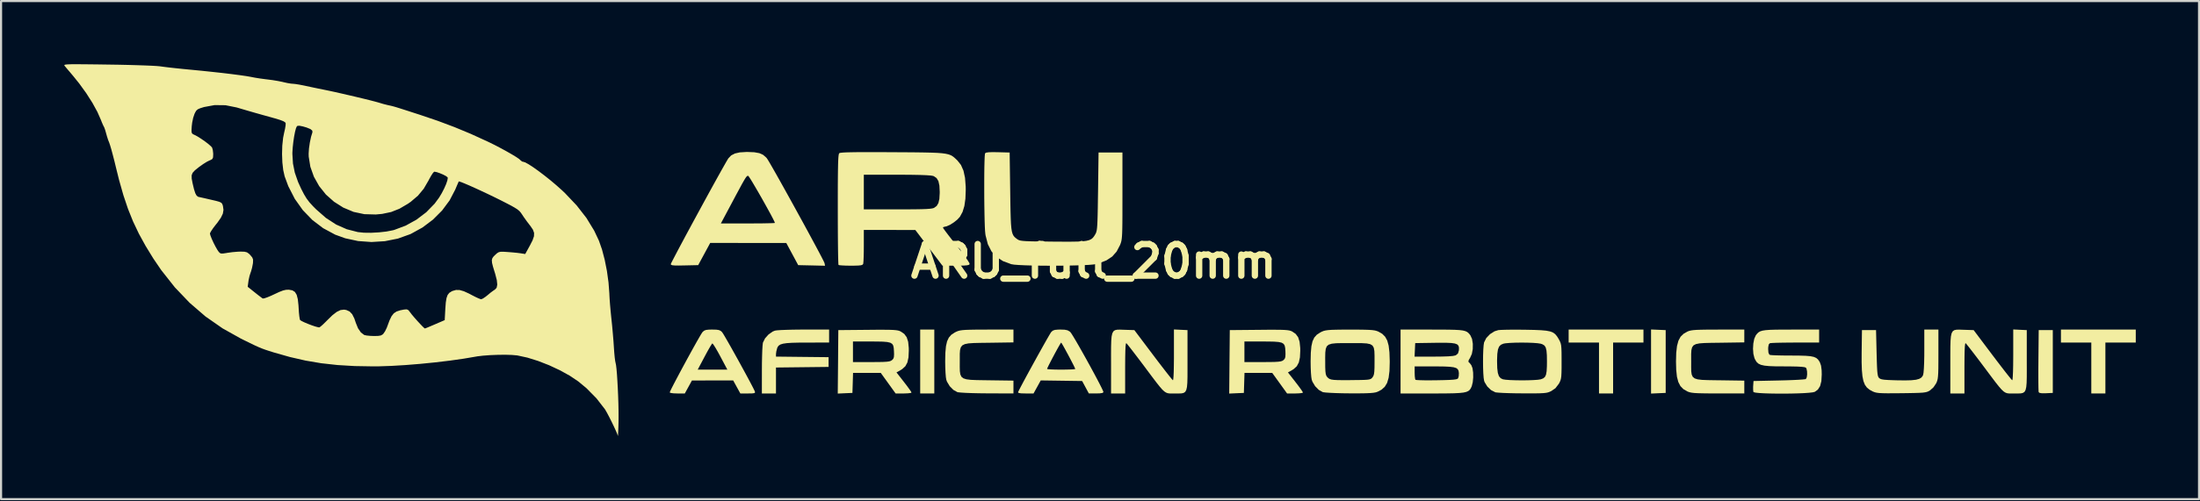
<source format=kicad_pcb>
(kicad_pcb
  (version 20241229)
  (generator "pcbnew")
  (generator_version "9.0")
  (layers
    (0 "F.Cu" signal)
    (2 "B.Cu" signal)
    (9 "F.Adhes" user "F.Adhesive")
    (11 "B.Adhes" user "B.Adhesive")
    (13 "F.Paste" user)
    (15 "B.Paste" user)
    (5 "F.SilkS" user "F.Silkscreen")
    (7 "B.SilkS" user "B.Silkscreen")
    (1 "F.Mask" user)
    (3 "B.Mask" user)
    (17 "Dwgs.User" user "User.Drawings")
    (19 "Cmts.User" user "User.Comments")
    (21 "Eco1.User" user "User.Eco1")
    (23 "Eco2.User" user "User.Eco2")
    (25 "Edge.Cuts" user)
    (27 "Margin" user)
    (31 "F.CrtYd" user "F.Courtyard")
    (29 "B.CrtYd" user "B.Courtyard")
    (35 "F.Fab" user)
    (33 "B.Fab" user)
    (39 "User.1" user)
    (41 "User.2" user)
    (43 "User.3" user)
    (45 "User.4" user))
  (footprint "ARU_full_20mm"
    (layer "F.Cu")
    (at 48.81 9.359)
    (property "Reference" "ARU_full_20mm" (at 0 0 0) (layer "F.SilkS") (effects (font (size 1.5 1.5) (thickness 0.3))))
    (attr board_only exclude_from_pos_files exclude_from_bom)
    (fp_poly (pts (xy -7.558 4.756) (xy -7.558 6.273) (xy -7.893 6.273) (xy -8.227 6.273) (xy -8.227 4.756) (xy -8.227 3.239) (xy -7.893 3.239) (xy -7.558 3.239)) (stroke (width 0) (type solid)) (fill yes) (layer "F.SilkS"))
    (fp_poly (pts (xy 26.775 3.25) (xy 27.122 3.265) (xy 27.122 4.756) (xy 27.122 6.247) (xy 26.775 6.262) (xy 26.428 6.278) (xy 26.428 4.756) (xy 26.428 3.235)) (stroke (width 0) (type solid)) (fill yes) (layer "F.SilkS"))
    (fp_poly (pts (xy 26.068 3.548) (xy 26.068 3.856) (xy 25.349 3.856) (xy 24.629 3.856) (xy 24.629 5.065) (xy 24.629 6.273) (xy 24.295 6.273) (xy 23.96 6.273) (xy 23.96 5.065) (xy 23.96 3.856) (xy 23.24 3.856) (xy 22.521 3.856) (xy 22.521 3.548) (xy 22.521 3.239) (xy 24.295 3.239) (xy 26.068 3.239)) (stroke (width 0) (type solid)) (fill yes) (layer "F.SilkS"))
    (fp_poly (pts (xy 45.478 4.756) (xy 45.478 6.247) (xy 45.156 6.262) (xy 44.957 6.264) (xy 44.844 6.243) (xy 44.808 6.21) (xy 44.802 6.143) (xy 44.797 5.987) (xy 44.794 5.755) (xy 44.793 5.463) (xy 44.793 5.122) (xy 44.796 4.748) (xy 44.796 4.704) (xy 44.81 3.265) (xy 45.144 3.265) (xy 45.478 3.265)) (stroke (width 0) (type solid)) (fill yes) (layer "F.SilkS"))
    (fp_poly (pts (xy 49.412 3.548) (xy 49.412 3.856) (xy 48.692 3.856) (xy 47.972 3.856) (xy 47.972 5.065) (xy 47.972 6.273) (xy 47.638 6.273) (xy 47.304 6.273) (xy 47.304 5.065) (xy 47.304 3.856) (xy 46.584 3.856) (xy 45.864 3.856) (xy 45.864 3.548) (xy 45.864 3.239) (xy 47.638 3.239) (xy 49.412 3.239)) (stroke (width 0) (type solid)) (fill yes) (layer "F.SilkS"))
    (fp_poly (pts (xy -12.546 3.548) (xy -12.546 3.856) (xy -13.561 3.857) (xy -13.977 3.859) (xy -14.302 3.867) (xy -14.548 3.883) (xy -14.727 3.909) (xy -14.852 3.947) (xy -14.935 4) (xy -14.987 4.07) (xy -15.009 4.122) (xy -15.049 4.275) (xy -15.065 4.403) (xy -15.065 4.523) (xy -13.818 4.537) (xy -12.571 4.55) (xy -12.571 4.782) (xy -12.571 5.013) (xy -13.818 5.027) (xy -15.065 5.041) (xy -15.065 5.657) (xy -15.065 6.273) (xy -15.399 6.273) (xy -15.734 6.273) (xy -15.733 5.155) (xy -15.731 4.814) (xy -15.724 4.498) (xy -15.715 4.224) (xy -15.702 4.011) (xy -15.687 3.877) (xy -15.682 3.854) (xy -15.584 3.657) (xy -15.419 3.472) (xy -15.221 3.333) (xy -15.114 3.29) (xy -15.012 3.275) (xy -14.825 3.262) (xy -14.57 3.252) (xy -14.263 3.244) (xy -13.923 3.24) (xy -13.742 3.239) (xy -12.546 3.239)) (stroke (width 0) (type solid)) (fill yes) (layer "F.SilkS"))
    (fp_poly (pts (xy 30.85 3.543) (xy 30.85 3.848) (xy 29.689 3.865) (xy 29.28 3.87) (xy 28.962 3.878) (xy 28.725 3.895) (xy 28.555 3.93) (xy 28.442 3.989) (xy 28.375 4.081) (xy 28.342 4.212) (xy 28.33 4.391) (xy 28.33 4.625) (xy 28.331 4.756) (xy 28.33 5.018) (xy 28.334 5.222) (xy 28.356 5.375) (xy 28.406 5.484) (xy 28.496 5.558) (xy 28.637 5.603) (xy 28.842 5.628) (xy 29.12 5.639) (xy 29.485 5.645) (xy 29.689 5.647) (xy 30.85 5.664) (xy 30.85 5.969) (xy 30.85 6.273) (xy 29.603 6.272) (xy 29.204 6.271) (xy 28.894 6.267) (xy 28.658 6.261) (xy 28.482 6.251) (xy 28.353 6.236) (xy 28.255 6.215) (xy 28.176 6.188) (xy 28.147 6.175) (xy 27.961 6.067) (xy 27.821 5.923) (xy 27.721 5.73) (xy 27.655 5.475) (xy 27.621 5.145) (xy 27.611 4.756) (xy 27.622 4.344) (xy 27.659 4.019) (xy 27.726 3.768) (xy 27.828 3.579) (xy 27.972 3.438) (xy 28.147 3.337) (xy 28.224 3.306) (xy 28.313 3.283) (xy 28.428 3.266) (xy 28.585 3.254) (xy 28.796 3.247) (xy 29.076 3.242) (xy 29.44 3.241) (xy 29.603 3.24) (xy 30.85 3.239)) (stroke (width 0) (type solid)) (fill yes) (layer "F.SilkS"))
    (fp_poly (pts (xy -3.805 3.544) (xy -3.805 3.849) (xy -4.96 3.866) (xy -5.374 3.871) (xy -5.697 3.879) (xy -5.94 3.896) (xy -6.113 3.931) (xy -6.23 3.99) (xy -6.301 4.081) (xy -6.337 4.21) (xy -6.35 4.386) (xy -6.35 4.615) (xy -6.35 4.756) (xy -6.351 5.015) (xy -6.346 5.218) (xy -6.323 5.37) (xy -6.271 5.48) (xy -6.18 5.554) (xy -6.037 5.6) (xy -5.831 5.626) (xy -5.551 5.638) (xy -5.186 5.644) (xy -4.96 5.647) (xy -3.805 5.663) (xy -3.805 5.968) (xy -3.805 6.273) (xy -5.052 6.268) (xy -5.432 6.264) (xy -5.776 6.256) (xy -6.067 6.245) (xy -6.291 6.231) (xy -6.434 6.216) (xy -6.467 6.208) (xy -6.655 6.103) (xy -6.827 5.928) (xy -6.955 5.716) (xy -6.99 5.619) (xy -7.01 5.494) (xy -7.026 5.293) (xy -7.037 5.042) (xy -7.042 4.768) (xy -7.042 4.73) (xy -7.033 4.337) (xy -7.005 4.03) (xy -6.952 3.796) (xy -6.868 3.619) (xy -6.749 3.484) (xy -6.587 3.377) (xy -6.504 3.336) (xy -6.428 3.306) (xy -6.34 3.283) (xy -6.224 3.266) (xy -6.066 3.254) (xy -5.854 3.247) (xy -5.572 3.242) (xy -5.206 3.241) (xy -5.052 3.24) (xy -3.805 3.239)) (stroke (width 0) (type solid)) (fill yes) (layer "F.SilkS"))
    (fp_poly (pts (xy -9.714 3.25) (xy -9.524 3.256) (xy -9.386 3.267) (xy -9.285 3.282) (xy -9.21 3.304) (xy -9.154 3.329) (xy -8.984 3.445) (xy -8.867 3.603) (xy -8.798 3.818) (xy -8.769 4.109) (xy -8.767 4.242) (xy -8.782 4.561) (xy -8.834 4.8) (xy -8.931 4.98) (xy -9.081 5.117) (xy -9.164 5.169) (xy -9.351 5.274) (xy -8.995 5.73) (xy -8.852 5.916) (xy -8.737 6.074) (xy -8.661 6.185) (xy -8.638 6.23) (xy -8.685 6.251) (xy -8.81 6.266) (xy -8.986 6.273) (xy -9.015 6.273) (xy -9.393 6.273) (xy -9.745 5.784) (xy -10.097 5.296) (xy -10.754 5.296) (xy -11.411 5.296) (xy -11.425 5.772) (xy -11.44 6.247) (xy -11.788 6.262) (xy -12.136 6.278) (xy -12.122 4.771) (xy -12.114 3.805) (xy -11.415 3.805) (xy -11.415 4.293) (xy -11.415 4.782) (xy -10.546 4.782) (xy -10.22 4.781) (xy -9.98 4.776) (xy -9.811 4.766) (xy -9.697 4.75) (xy -9.621 4.726) (xy -9.567 4.692) (xy -9.566 4.692) (xy -9.505 4.628) (xy -9.474 4.545) (xy -9.466 4.412) (xy -9.471 4.269) (xy -9.481 4.115) (xy -9.505 4) (xy -9.556 3.918) (xy -9.647 3.863) (xy -9.791 3.83) (xy -10 3.813) (xy -10.29 3.807) (xy -10.579 3.806) (xy -11.415 3.805) (xy -12.114 3.805) (xy -12.109 3.265) (xy -10.72 3.252) (xy -10.299 3.248) (xy -9.968 3.248)) (stroke (width 0) (type solid)) (fill yes) (layer "F.SilkS"))
    (fp_poly (pts (xy 8.847 3.25) (xy 9.037 3.256) (xy 9.176 3.267) (xy 9.276 3.282) (xy 9.351 3.304) (xy 9.408 3.329) (xy 9.578 3.445) (xy 9.694 3.603) (xy 9.763 3.818) (xy 9.793 4.109) (xy 9.795 4.242) (xy 9.779 4.561) (xy 9.727 4.8) (xy 9.631 4.98) (xy 9.481 5.117) (xy 9.397 5.169) (xy 9.211 5.274) (xy 9.567 5.73) (xy 9.71 5.916) (xy 9.825 6.074) (xy 9.9 6.185) (xy 9.923 6.23) (xy 9.876 6.251) (xy 9.752 6.266) (xy 9.575 6.273) (xy 9.546 6.273) (xy 9.169 6.273) (xy 8.817 5.784) (xy 8.465 5.296) (xy 7.808 5.296) (xy 7.151 5.296) (xy 7.136 5.772) (xy 7.121 6.247) (xy 6.773 6.262) (xy 6.426 6.278) (xy 6.439 4.771) (xy 6.448 3.805) (xy 7.147 3.805) (xy 7.147 4.293) (xy 7.147 4.782) (xy 8.015 4.782) (xy 8.342 4.781) (xy 8.581 4.776) (xy 8.75 4.766) (xy 8.865 4.75) (xy 8.941 4.726) (xy 8.995 4.692) (xy 8.995 4.692) (xy 9.056 4.628) (xy 9.087 4.545) (xy 9.095 4.412) (xy 9.091 4.269) (xy 9.08 4.115) (xy 9.056 4) (xy 9.005 3.918) (xy 8.915 3.863) (xy 8.771 3.83) (xy 8.561 3.813) (xy 8.272 3.807) (xy 7.982 3.806) (xy 7.147 3.805) (xy 6.448 3.805) (xy 6.453 3.265) (xy 7.841 3.252) (xy 8.262 3.248) (xy 8.593 3.248)) (stroke (width 0) (type solid)) (fill yes) (layer "F.SilkS"))
    (fp_poly (pts (xy 4.126 3.25) (xy 4.448 3.265) (xy 4.448 4.696) (xy 4.448 5.141) (xy 4.447 5.493) (xy 4.44 5.764) (xy 4.423 5.964) (xy 4.391 6.104) (xy 4.342 6.194) (xy 4.27 6.245) (xy 4.171 6.269) (xy 4.041 6.274) (xy 3.876 6.273) (xy 3.83 6.273) (xy 3.703 6.274) (xy 3.599 6.273) (xy 3.51 6.261) (xy 3.427 6.229) (xy 3.341 6.171) (xy 3.242 6.077) (xy 3.123 5.939) (xy 2.973 5.75) (xy 2.783 5.5) (xy 2.546 5.183) (xy 2.375 4.953) (xy 2.16 4.668) (xy 1.964 4.411) (xy 1.796 4.192) (xy 1.663 4.023) (xy 1.576 3.917) (xy 1.545 3.883) (xy 1.526 3.915) (xy 1.511 4.036) (xy 1.5 4.251) (xy 1.494 4.562) (xy 1.491 4.972) (xy 1.491 5.062) (xy 1.491 6.273) (xy 1.157 6.273) (xy 0.823 6.273) (xy 0.823 4.865) (xy 0.822 4.411) (xy 0.824 4.05) (xy 0.832 3.771) (xy 0.85 3.564) (xy 0.883 3.418) (xy 0.934 3.323) (xy 1.007 3.269) (xy 1.108 3.246) (xy 1.239 3.242) (xy 1.405 3.248) (xy 1.465 3.25) (xy 1.928 3.265) (xy 2.819 4.448) (xy 3.048 4.751) (xy 3.26 5.027) (xy 3.444 5.265) (xy 3.593 5.454) (xy 3.699 5.584) (xy 3.753 5.644) (xy 3.757 5.647) (xy 3.772 5.603) (xy 3.785 5.466) (xy 3.795 5.244) (xy 3.801 4.949) (xy 3.805 4.588) (xy 3.805 4.449) (xy 3.805 3.234)) (stroke (width 0) (type solid)) (fill yes) (layer "F.SilkS"))
    (fp_poly (pts (xy 43.923 3.25) (xy 44.244 3.265) (xy 44.244 4.696) (xy 44.245 5.141) (xy 44.244 5.493) (xy 44.237 5.764) (xy 44.22 5.964) (xy 44.188 6.104) (xy 44.139 6.194) (xy 44.066 6.245) (xy 43.967 6.269) (xy 43.837 6.274) (xy 43.672 6.273) (xy 43.627 6.273) (xy 43.499 6.274) (xy 43.396 6.273) (xy 43.307 6.261) (xy 43.224 6.229) (xy 43.137 6.171) (xy 43.039 6.077) (xy 42.919 5.939) (xy 42.769 5.75) (xy 42.58 5.5) (xy 42.343 5.183) (xy 42.171 4.953) (xy 41.957 4.668) (xy 41.761 4.411) (xy 41.592 4.192) (xy 41.46 4.023) (xy 41.373 3.917) (xy 41.342 3.883) (xy 41.323 3.915) (xy 41.308 4.036) (xy 41.297 4.251) (xy 41.291 4.562) (xy 41.288 4.972) (xy 41.288 5.062) (xy 41.288 6.273) (xy 40.954 6.273) (xy 40.619 6.273) (xy 40.619 4.865) (xy 40.619 4.411) (xy 40.621 4.05) (xy 40.629 3.771) (xy 40.647 3.564) (xy 40.679 3.418) (xy 40.73 3.323) (xy 40.804 3.269) (xy 40.905 3.246) (xy 41.036 3.242) (xy 41.202 3.248) (xy 41.262 3.25) (xy 41.725 3.265) (xy 42.615 4.448) (xy 42.845 4.751) (xy 43.056 5.027) (xy 43.24 5.265) (xy 43.39 5.454) (xy 43.495 5.584) (xy 43.55 5.644) (xy 43.554 5.647) (xy 43.569 5.603) (xy 43.581 5.466) (xy 43.591 5.244) (xy 43.598 4.949) (xy 43.601 4.588) (xy 43.602 4.449) (xy 43.602 3.234)) (stroke (width 0) (type solid)) (fill yes) (layer "F.SilkS"))
    (fp_poly (pts (xy -17.89 3.244) (xy -17.765 3.264) (xy -17.68 3.307) (xy -17.621 3.362) (xy -17.574 3.431) (xy -17.486 3.577) (xy -17.366 3.785) (xy -17.22 4.041) (xy -17.057 4.332) (xy -16.884 4.643) (xy -16.71 4.96) (xy -16.541 5.269) (xy -16.386 5.556) (xy -16.253 5.806) (xy -16.149 6.006) (xy -16.083 6.142) (xy -16.065 6.183) (xy -16.058 6.23) (xy -16.093 6.257) (xy -16.191 6.27) (xy -16.369 6.273) (xy -16.393 6.273) (xy -16.755 6.273) (xy -16.925 5.964) (xy -17.094 5.656) (xy -18.072 5.656) (xy -19.05 5.657) (xy -19.219 5.965) (xy -19.388 6.273) (xy -19.746 6.273) (xy -19.923 6.267) (xy -20.051 6.25) (xy -20.104 6.226) (xy -20.104 6.225) (xy -20.08 6.163) (xy -20.013 6.025) (xy -19.911 5.825) (xy -19.78 5.576) (xy -19.629 5.291) (xy -19.549 5.142) (xy -18.776 5.142) (xy -18.074 5.142) (xy -17.371 5.142) (xy -17.705 4.512) (xy -17.829 4.285) (xy -17.939 4.097) (xy -18.024 3.963) (xy -18.075 3.899) (xy -18.082 3.896) (xy -18.121 3.945) (xy -18.196 4.067) (xy -18.299 4.247) (xy -18.418 4.466) (xy -18.45 4.526) (xy -18.776 5.142) (xy -19.549 5.142) (xy -19.464 4.984) (xy -19.293 4.669) (xy -19.123 4.358) (xy -18.962 4.067) (xy -18.817 3.808) (xy -18.695 3.595) (xy -18.604 3.441) (xy -18.55 3.36) (xy -18.546 3.355) (xy -18.473 3.292) (xy -18.379 3.256) (xy -18.233 3.241) (xy -18.087 3.239)) (stroke (width 0) (type solid)) (fill yes) (layer "F.SilkS"))
    (fp_poly (pts (xy 40.054 4.406) (xy 40.053 4.786) (xy 40.051 5.079) (xy 40.045 5.299) (xy 40.034 5.461) (xy 40.019 5.581) (xy 39.996 5.673) (xy 39.966 5.752) (xy 39.947 5.792) (xy 39.821 5.98) (xy 39.658 6.126) (xy 39.652 6.13) (xy 39.586 6.168) (xy 39.517 6.197) (xy 39.43 6.218) (xy 39.311 6.234) (xy 39.145 6.244) (xy 38.917 6.251) (xy 38.613 6.257) (xy 38.306 6.261) (xy 37.925 6.264) (xy 37.632 6.265) (xy 37.412 6.261) (xy 37.25 6.253) (xy 37.13 6.238) (xy 37.039 6.216) (xy 36.961 6.187) (xy 36.939 6.177) (xy 36.784 6.093) (xy 36.661 5.99) (xy 36.567 5.858) (xy 36.498 5.683) (xy 36.452 5.456) (xy 36.425 5.163) (xy 36.413 4.793) (xy 36.414 4.334) (xy 36.415 4.267) (xy 36.429 3.265) (xy 36.763 3.265) (xy 37.097 3.265) (xy 37.123 4.356) (xy 37.133 4.724) (xy 37.143 5.003) (xy 37.154 5.207) (xy 37.169 5.349) (xy 37.188 5.443) (xy 37.213 5.503) (xy 37.24 5.538) (xy 37.291 5.575) (xy 37.369 5.602) (xy 37.492 5.621) (xy 37.676 5.634) (xy 37.938 5.644) (xy 38.089 5.648) (xy 38.476 5.653) (xy 38.773 5.645) (xy 38.993 5.621) (xy 39.148 5.578) (xy 39.251 5.515) (xy 39.314 5.429) (xy 39.329 5.39) (xy 39.349 5.281) (xy 39.365 5.084) (xy 39.377 4.815) (xy 39.384 4.489) (xy 39.385 4.234) (xy 39.385 3.239) (xy 39.72 3.239) (xy 40.054 3.239)) (stroke (width 0) (type solid)) (fill yes) (layer "F.SilkS"))
    (fp_poly (pts (xy -1.375 3.246) (xy -1.243 3.273) (xy -1.145 3.327) (xy -1.111 3.355) (xy -1.059 3.424) (xy -0.968 3.569) (xy -0.845 3.775) (xy -0.698 4.029) (xy -0.535 4.317) (xy -0.362 4.626) (xy -0.188 4.942) (xy -0.02 5.251) (xy 0.134 5.539) (xy 0.267 5.792) (xy 0.371 5.998) (xy 0.439 6.142) (xy 0.463 6.21) (xy 0.42 6.248) (xy 0.287 6.268) (xy 0.116 6.272) (xy -0.231 6.271) (xy -0.39 5.976) (xy -0.548 5.682) (xy -1.53 5.668) (xy -2.511 5.654) (xy -2.681 5.963) (xy -2.852 6.273) (xy -3.231 6.273) (xy -3.434 6.268) (xy -3.549 6.252) (xy -3.587 6.223) (xy -3.585 6.209) (xy -3.542 6.118) (xy -3.458 5.956) (xy -3.341 5.734) (xy -3.198 5.468) (xy -3.036 5.171) (xy -3.002 5.109) (xy -2.211 5.109) (xy -2.163 5.121) (xy -2.031 5.131) (xy -1.834 5.138) (xy -1.592 5.142) (xy -1.543 5.142) (xy -1.294 5.139) (xy -1.087 5.133) (xy -0.941 5.124) (xy -0.876 5.113) (xy -0.874 5.111) (xy -0.897 5.053) (xy -0.957 4.928) (xy -1.046 4.755) (xy -1.15 4.555) (xy -1.261 4.349) (xy -1.366 4.155) (xy -1.455 3.996) (xy -1.518 3.89) (xy -1.543 3.857) (xy -1.574 3.899) (xy -1.641 4.013) (xy -1.734 4.178) (xy -1.84 4.373) (xy -1.95 4.58) (xy -2.053 4.777) (xy -2.138 4.945) (xy -2.194 5.063) (xy -2.211 5.109) (xy -3.002 5.109) (xy -2.864 4.858) (xy -2.69 4.541) (xy -2.52 4.235) (xy -2.362 3.953) (xy -2.225 3.71) (xy -2.115 3.52) (xy -2.041 3.396) (xy -2.013 3.355) (xy -1.939 3.29) (xy -1.842 3.255) (xy -1.691 3.241) (xy -1.575 3.239)) (stroke (width 0) (type solid)) (fill yes) (layer "F.SilkS"))
    (fp_poly (pts (xy 34.398 3.548) (xy 34.398 3.856) (xy 33.271 3.856) (xy 32.937 3.858) (xy 32.635 3.862) (xy 32.38 3.867) (xy 32.19 3.875) (xy 32.08 3.884) (xy 32.063 3.887) (xy 32.008 3.946) (xy 31.984 4.079) (xy 31.981 4.165) (xy 31.994 4.336) (xy 32.035 4.424) (xy 32.063 4.442) (xy 32.138 4.452) (xy 32.299 4.461) (xy 32.526 4.467) (xy 32.803 4.472) (xy 33.094 4.473) (xy 33.475 4.476) (xy 33.768 4.485) (xy 33.987 4.504) (xy 34.146 4.537) (xy 34.26 4.587) (xy 34.343 4.657) (xy 34.409 4.752) (xy 34.434 4.796) (xy 34.489 4.951) (xy 34.517 5.171) (xy 34.522 5.373) (xy 34.504 5.689) (xy 34.444 5.923) (xy 34.338 6.09) (xy 34.194 6.195) (xy 34.097 6.22) (xy 33.92 6.24) (xy 33.679 6.257) (xy 33.39 6.269) (xy 33.07 6.277) (xy 32.734 6.281) (xy 32.398 6.28) (xy 32.08 6.275) (xy 31.794 6.266) (xy 31.556 6.252) (xy 31.384 6.234) (xy 31.292 6.211) (xy 31.282 6.202) (xy 31.269 6.108) (xy 31.268 5.961) (xy 31.271 5.906) (xy 31.287 5.682) (xy 32.496 5.656) (xy 32.84 5.647) (xy 33.152 5.636) (xy 33.416 5.623) (xy 33.617 5.609) (xy 33.739 5.596) (xy 33.768 5.589) (xy 33.81 5.511) (xy 33.829 5.375) (xy 33.825 5.222) (xy 33.798 5.095) (xy 33.771 5.049) (xy 33.708 5.025) (xy 33.568 5.007) (xy 33.346 4.995) (xy 33.033 4.989) (xy 32.729 4.987) (xy 32.337 4.985) (xy 32.032 4.974) (xy 31.804 4.951) (xy 31.636 4.913) (xy 31.516 4.855) (xy 31.43 4.774) (xy 31.364 4.665) (xy 31.33 4.59) (xy 31.28 4.393) (xy 31.263 4.15) (xy 31.278 3.9) (xy 31.322 3.676) (xy 31.394 3.515) (xy 31.396 3.512) (xy 31.458 3.433) (xy 31.523 3.371) (xy 31.603 3.324) (xy 31.712 3.29) (xy 31.86 3.267) (xy 32.062 3.252) (xy 32.33 3.244) (xy 32.677 3.241) (xy 33.074 3.24) (xy 34.398 3.239)) (stroke (width 0) (type solid)) (fill yes) (layer "F.SilkS"))
    (fp_poly (pts (xy -16.092 -5.18) (xy -15.854 -5.137) (xy -15.673 -5.056) (xy -15.529 -4.93) (xy -15.497 -4.892) (xy -15.446 -4.814) (xy -15.353 -4.658) (xy -15.224 -4.434) (xy -15.064 -4.153) (xy -14.879 -3.824) (xy -14.675 -3.458) (xy -14.457 -3.065) (xy -14.231 -2.656) (xy -14.003 -2.24) (xy -13.777 -1.829) (xy -13.561 -1.432) (xy -13.36 -1.06) (xy -13.178 -0.722) (xy -13.022 -0.43) (xy -12.898 -0.193) (xy -12.811 -0.022) (xy -12.767 0.073) (xy -12.762 0.087) (xy -12.739 0.209) (xy -13.375 0.194) (xy -14.011 0.18) (xy -14.294 -0.346) (xy -14.577 -0.872) (xy -16.381 -0.873) (xy -18.184 -0.874) (xy -18.469 -0.347) (xy -18.754 0.18) (xy -19.403 0.194) (xy -19.677 0.199) (xy -19.863 0.196) (xy -19.977 0.186) (xy -20.035 0.166) (xy -20.053 0.136) (xy -20.053 0.133) (xy -20.029 0.076) (xy -19.96 -0.06) (xy -19.853 -0.266) (xy -19.713 -0.533) (xy -19.545 -0.848) (xy -19.355 -1.204) (xy -19.147 -1.589) (xy -19.033 -1.8) (xy -17.678 -1.8) (xy -16.398 -1.8) (xy -16.047 -1.801) (xy -15.733 -1.803) (xy -15.469 -1.808) (xy -15.27 -1.813) (xy -15.148 -1.819) (xy -15.117 -1.825) (xy -15.141 -1.89) (xy -15.208 -2.026) (xy -15.309 -2.219) (xy -15.437 -2.453) (xy -15.582 -2.715) (xy -15.736 -2.99) (xy -15.891 -3.261) (xy -16.039 -3.515) (xy -16.17 -3.737) (xy -16.277 -3.912) (xy -16.352 -4.025) (xy -16.384 -4.062) (xy -16.411 -4.059) (xy -16.44 -4.044) (xy -16.476 -4.006) (xy -16.524 -3.935) (xy -16.592 -3.822) (xy -16.685 -3.657) (xy -16.808 -3.429) (xy -16.97 -3.129) (xy -17.137 -2.815) (xy -17.678 -1.8) (xy -19.033 -1.8) (xy -18.928 -1.994) (xy -18.703 -2.408) (xy -18.478 -2.822) (xy -18.258 -3.225) (xy -18.048 -3.607) (xy -17.854 -3.958) (xy -17.681 -4.269) (xy -17.535 -4.528) (xy -17.422 -4.727) (xy -17.346 -4.855) (xy -17.323 -4.891) (xy -17.191 -5.029) (xy -17.016 -5.121) (xy -16.78 -5.174) (xy -16.465 -5.193) (xy -16.409 -5.193)) (stroke (width 0) (type solid)) (fill yes) (layer "F.SilkS"))
    (fp_poly (pts (xy 16.029 3.24) (xy 16.482 3.241) (xy 16.845 3.244) (xy 17.128 3.251) (xy 17.344 3.263) (xy 17.505 3.283) (xy 17.622 3.313) (xy 17.708 3.353) (xy 17.774 3.406) (xy 17.833 3.474) (xy 17.862 3.513) (xy 17.94 3.685) (xy 17.977 3.915) (xy 17.974 4.165) (xy 17.931 4.397) (xy 17.85 4.575) (xy 17.849 4.578) (xy 17.783 4.688) (xy 17.767 4.764) (xy 17.774 4.775) (xy 17.836 4.838) (xy 17.909 4.935) (xy 17.962 5.073) (xy 17.991 5.277) (xy 17.995 5.51) (xy 17.974 5.737) (xy 17.928 5.924) (xy 17.923 5.937) (xy 17.881 6.028) (xy 17.832 6.1) (xy 17.764 6.157) (xy 17.667 6.2) (xy 17.53 6.231) (xy 17.341 6.251) (xy 17.089 6.264) (xy 16.764 6.27) (xy 16.354 6.273) (xy 16.045 6.273) (xy 14.551 6.273) (xy 14.551 4.987) (xy 15.219 4.987) (xy 15.219 5.287) (xy 15.225 5.455) (xy 15.241 5.58) (xy 15.257 5.625) (xy 15.318 5.635) (xy 15.465 5.643) (xy 15.681 5.648) (xy 15.95 5.649) (xy 16.255 5.646) (xy 16.261 5.646) (xy 16.611 5.639) (xy 16.872 5.63) (xy 17.055 5.618) (xy 17.176 5.602) (xy 17.246 5.58) (xy 17.279 5.553) (xy 17.309 5.451) (xy 17.316 5.307) (xy 17.315 5.297) (xy 17.3 5.197) (xy 17.262 5.121) (xy 17.189 5.066) (xy 17.069 5.029) (xy 16.889 5.006) (xy 16.636 4.993) (xy 16.299 4.989) (xy 16.132 4.988) (xy 15.219 4.987) (xy 14.551 4.987) (xy 14.551 4.756) (xy 14.551 4.525) (xy 15.215 4.525) (xy 16.13 4.524) (xy 16.526 4.52) (xy 16.825 4.51) (xy 17.033 4.492) (xy 17.156 4.466) (xy 17.173 4.458) (xy 17.272 4.375) (xy 17.314 4.236) (xy 17.318 4.205) (xy 17.32 4.091) (xy 17.296 4.005) (xy 17.236 3.943) (xy 17.126 3.901) (xy 16.956 3.877) (xy 16.713 3.866) (xy 16.386 3.865) (xy 16.165 3.868) (xy 15.245 3.882) (xy 15.23 4.203) (xy 15.215 4.525) (xy 14.551 4.525) (xy 14.551 3.239)) (stroke (width 0) (type solid)) (fill yes) (layer "F.SilkS"))
    (fp_poly (pts (xy -4.546 -5.182) (xy -3.985 -5.167) (xy -3.959 -3.316) (xy -3.952 -2.805) (xy -3.944 -2.386) (xy -3.934 -2.049) (xy -3.922 -1.783) (xy -3.904 -1.578) (xy -3.88 -1.424) (xy -3.848 -1.31) (xy -3.807 -1.225) (xy -3.756 -1.159) (xy -3.691 -1.102) (xy -3.634 -1.059) (xy -3.588 -1.028) (xy -3.536 -1.004) (xy -3.463 -0.985) (xy -3.36 -0.971) (xy -3.214 -0.96) (xy -3.014 -0.952) (xy -2.746 -0.946) (xy -2.401 -0.942) (xy -1.964 -0.938) (xy -1.937 -0.937) (xy -1.458 -0.934) (xy -1.071 -0.934) (xy -0.764 -0.939) (xy -0.526 -0.952) (xy -0.346 -0.975) (xy -0.212 -1.009) (xy -0.114 -1.056) (xy -0.039 -1.119) (xy 0.022 -1.198) (xy 0.075 -1.285) (xy 0.103 -1.338) (xy 0.125 -1.398) (xy 0.144 -1.477) (xy 0.158 -1.585) (xy 0.17 -1.734) (xy 0.179 -1.934) (xy 0.187 -2.196) (xy 0.194 -2.531) (xy 0.2 -2.95) (xy 0.206 -3.316) (xy 0.231 -5.167) (xy 0.797 -5.167) (xy 1.363 -5.167) (xy 1.363 -3.111) (xy 1.362 -2.596) (xy 1.362 -2.173) (xy 1.36 -1.832) (xy 1.356 -1.562) (xy 1.35 -1.351) (xy 1.341 -1.19) (xy 1.329 -1.067) (xy 1.313 -0.971) (xy 1.293 -0.893) (xy 1.268 -0.821) (xy 1.248 -0.771) (xy 1.088 -0.466) (xy 0.878 -0.228) (xy 0.602 -0.045) (xy 0.246 0.093) (xy 0.126 0.127) (xy -0.013 0.149) (xy -0.239 0.168) (xy -0.534 0.183) (xy -0.885 0.194) (xy -1.274 0.202) (xy -1.687 0.207) (xy -2.107 0.208) (xy -2.519 0.205) (xy -2.907 0.198) (xy -3.255 0.188) (xy -3.549 0.174) (xy -3.771 0.157) (xy -3.906 0.135) (xy -3.908 0.135) (xy -4.301 -0.011) (xy -4.613 -0.213) (xy -4.85 -0.479) (xy -5.02 -0.816) (xy -5.127 -1.232) (xy -5.139 -1.313) (xy -5.152 -1.45) (xy -5.163 -1.665) (xy -5.172 -1.944) (xy -5.179 -2.273) (xy -5.185 -2.636) (xy -5.189 -3.02) (xy -5.19 -3.411) (xy -5.19 -3.794) (xy -5.188 -4.155) (xy -5.184 -4.48) (xy -5.177 -4.754) (xy -5.169 -4.964) (xy -5.158 -5.095) (xy -5.15 -5.131) (xy -5.098 -5.162) (xy -4.983 -5.179) (xy -4.79 -5.186)) (stroke (width 0) (type solid)) (fill yes) (layer "F.SilkS"))
    (fp_poly (pts (xy 12.54 3.242) (xy 12.832 3.246) (xy 13.051 3.253) (xy 13.213 3.265) (xy 13.333 3.282) (xy 13.425 3.307) (xy 13.501 3.337) (xy 13.682 3.441) (xy 13.82 3.579) (xy 13.92 3.762) (xy 13.986 4.004) (xy 14.023 4.319) (xy 14.037 4.719) (xy 14.037 4.801) (xy 14.025 5.207) (xy 13.985 5.526) (xy 13.913 5.772) (xy 13.801 5.957) (xy 13.645 6.096) (xy 13.459 6.193) (xy 13.374 6.221) (xy 13.259 6.241) (xy 13.1 6.255) (xy 12.883 6.264) (xy 12.594 6.268) (xy 12.218 6.268) (xy 12.149 6.268) (xy 11.801 6.264) (xy 11.483 6.255) (xy 11.211 6.243) (xy 11.004 6.229) (xy 10.878 6.213) (xy 10.86 6.208) (xy 10.672 6.103) (xy 10.5 5.928) (xy 10.373 5.716) (xy 10.338 5.619) (xy 10.318 5.494) (xy 10.301 5.293) (xy 10.29 5.042) (xy 10.286 4.768) (xy 10.286 4.73) (xy 10.29 4.561) (xy 10.977 4.561) (xy 10.978 4.752) (xy 10.979 5.027) (xy 10.987 5.218) (xy 11.003 5.345) (xy 11.029 5.429) (xy 11.069 5.489) (xy 11.073 5.493) (xy 11.126 5.546) (xy 11.188 5.585) (xy 11.272 5.612) (xy 11.395 5.629) (xy 11.57 5.638) (xy 11.814 5.641) (xy 12.142 5.64) (xy 12.255 5.638) (xy 12.572 5.635) (xy 12.803 5.63) (xy 12.963 5.621) (xy 13.069 5.606) (xy 13.137 5.583) (xy 13.183 5.55) (xy 13.219 5.509) (xy 13.261 5.444) (xy 13.289 5.359) (xy 13.306 5.234) (xy 13.315 5.048) (xy 13.317 4.781) (xy 13.317 4.756) (xy 13.317 4.473) (xy 13.309 4.259) (xy 13.281 4.104) (xy 13.22 3.998) (xy 13.114 3.933) (xy 12.949 3.898) (xy 12.714 3.884) (xy 12.396 3.882) (xy 12.166 3.882) (xy 11.787 3.882) (xy 11.498 3.888) (xy 11.288 3.91) (xy 11.143 3.956) (xy 11.052 4.034) (xy 11.003 4.156) (xy 10.982 4.328) (xy 10.977 4.561) (xy 10.29 4.561) (xy 10.295 4.337) (xy 10.323 4.03) (xy 10.376 3.796) (xy 10.459 3.619) (xy 10.579 3.484) (xy 10.741 3.377) (xy 10.823 3.336) (xy 10.903 3.304) (xy 10.996 3.281) (xy 11.118 3.264) (xy 11.284 3.252) (xy 11.509 3.246) (xy 11.808 3.242) (xy 12.16 3.242)) (stroke (width 0) (type solid)) (fill yes) (layer "F.SilkS"))
    (fp_poly (pts (xy 20.421 3.247) (xy 20.49 3.248) (xy 20.896 3.256) (xy 21.214 3.27) (xy 21.458 3.292) (xy 21.64 3.327) (xy 21.776 3.38) (xy 21.88 3.453) (xy 21.964 3.553) (xy 22.045 3.681) (xy 22.058 3.705) (xy 22.106 3.796) (xy 22.141 3.884) (xy 22.164 3.986) (xy 22.177 4.124) (xy 22.184 4.315) (xy 22.186 4.58) (xy 22.186 4.756) (xy 22.186 5.067) (xy 22.181 5.295) (xy 22.172 5.459) (xy 22.154 5.578) (xy 22.126 5.672) (xy 22.085 5.76) (xy 22.058 5.81) (xy 21.894 6.024) (xy 21.7 6.157) (xy 21.62 6.195) (xy 21.54 6.224) (xy 21.444 6.244) (xy 21.318 6.257) (xy 21.146 6.265) (xy 20.912 6.269) (xy 20.601 6.269) (xy 20.337 6.268) (xy 19.996 6.265) (xy 19.681 6.258) (xy 19.409 6.248) (xy 19.198 6.235) (xy 19.066 6.222) (xy 19.041 6.216) (xy 18.841 6.113) (xy 18.663 5.942) (xy 18.537 5.737) (xy 18.512 5.667) (xy 18.49 5.527) (xy 18.474 5.311) (xy 18.464 5.043) (xy 18.461 4.756) (xy 19.127 4.756) (xy 19.135 5.07) (xy 19.163 5.297) (xy 19.214 5.452) (xy 19.295 5.548) (xy 19.402 5.6) (xy 19.534 5.621) (xy 19.743 5.637) (xy 20.004 5.646) (xy 20.291 5.65) (xy 20.579 5.647) (xy 20.843 5.638) (xy 21.057 5.623) (xy 21.195 5.602) (xy 21.199 5.601) (xy 21.314 5.557) (xy 21.395 5.49) (xy 21.448 5.381) (xy 21.477 5.215) (xy 21.49 4.975) (xy 21.492 4.756) (xy 21.488 4.455) (xy 21.47 4.239) (xy 21.434 4.092) (xy 21.374 3.998) (xy 21.283 3.94) (xy 21.199 3.911) (xy 21.056 3.888) (xy 20.836 3.871) (xy 20.568 3.861) (xy 20.276 3.858) (xy 19.987 3.862) (xy 19.729 3.873) (xy 19.526 3.891) (xy 19.427 3.909) (xy 19.307 3.961) (xy 19.222 4.048) (xy 19.168 4.188) (xy 19.138 4.394) (xy 19.127 4.683) (xy 19.127 4.756) (xy 18.461 4.756) (xy 18.461 4.751) (xy 18.464 4.459) (xy 18.474 4.193) (xy 18.49 3.98) (xy 18.511 3.848) (xy 18.615 3.642) (xy 18.791 3.457) (xy 19.006 3.321) (xy 19.187 3.265) (xy 19.306 3.256) (xy 19.508 3.249) (xy 19.774 3.245) (xy 20.085 3.244)) (stroke (width 0) (type solid)) (fill yes) (layer "F.SilkS"))
    (fp_poly (pts (xy -10.271 -5.186) (xy -9.682 -5.183) (xy -9.53 -5.182) (xy -8.938 -5.179) (xy -8.44 -5.175) (xy -8.025 -5.169) (xy -7.686 -5.161) (xy -7.412 -5.15) (xy -7.194 -5.133) (xy -7.023 -5.11) (xy -6.889 -5.08) (xy -6.782 -5.042) (xy -6.695 -4.993) (xy -6.617 -4.934) (xy -6.538 -4.862) (xy -6.464 -4.791) (xy -6.295 -4.578) (xy -6.175 -4.307) (xy -6.101 -3.966) (xy -6.069 -3.545) (xy -6.067 -3.399) (xy -6.083 -2.973) (xy -6.132 -2.628) (xy -6.218 -2.347) (xy -6.344 -2.116) (xy -6.465 -1.983) (xy -6.632 -1.85) (xy -6.813 -1.735) (xy -6.978 -1.662) (xy -7.064 -1.645) (xy -7.136 -1.622) (xy -7.147 -1.6) (xy -7.116 -1.547) (xy -7.03 -1.428) (xy -6.899 -1.254) (xy -6.732 -1.039) (xy -6.539 -0.796) (xy -6.5 -0.748) (xy -6.279 -0.466) (xy -6.1 -0.228) (xy -5.971 -0.043) (xy -5.896 0.081) (xy -5.882 0.132) (xy -5.915 0.164) (xy -5.996 0.186) (xy -6.141 0.199) (xy -6.363 0.205) (xy -6.541 0.205) (xy -7.173 0.205) (xy -7.815 -0.642) (xy -8.458 -1.489) (xy -9.679 -1.49) (xy -10.9 -1.491) (xy -10.9 -0.724) (xy -10.902 -0.448) (xy -10.908 -0.205) (xy -10.916 -0.015) (xy -10.927 0.102) (xy -10.932 0.124) (xy -10.963 0.161) (xy -11.033 0.186) (xy -11.161 0.199) (xy -11.365 0.205) (xy -11.514 0.206) (xy -11.743 0.203) (xy -11.932 0.194) (xy -12.059 0.183) (xy -12.1 0.171) (xy -12.107 0.115) (xy -12.113 -0.035) (xy -12.119 -0.268) (xy -12.124 -0.574) (xy -12.128 -0.943) (xy -12.131 -1.367) (xy -12.133 -1.834) (xy -12.134 -2.335) (xy -12.134 -2.47) (xy -12.134 -3.069) (xy -12.133 -3.573) (xy -12.13 -3.989) (xy -12.129 -4.113) (xy -10.9 -4.113) (xy -10.9 -3.291) (xy -10.9 -2.468) (xy -9.304 -2.468) (xy -8.834 -2.469) (xy -8.456 -2.472) (xy -8.161 -2.477) (xy -7.936 -2.485) (xy -7.773 -2.497) (xy -7.66 -2.512) (xy -7.586 -2.532) (xy -7.566 -2.541) (xy -7.444 -2.632) (xy -7.363 -2.768) (xy -7.318 -2.965) (xy -7.302 -3.241) (xy -7.301 -3.296) (xy -7.316 -3.595) (xy -7.363 -3.809) (xy -7.45 -3.954) (xy -7.582 -4.043) (xy -7.616 -4.056) (xy -7.725 -4.075) (xy -7.933 -4.09) (xy -8.237 -4.102) (xy -8.631 -4.109) (xy -9.113 -4.113) (xy -9.34 -4.113) (xy -10.9 -4.113) (xy -12.129 -4.113) (xy -12.126 -4.327) (xy -12.121 -4.593) (xy -12.114 -4.797) (xy -12.105 -4.945) (xy -12.094 -5.045) (xy -12.08 -5.107) (xy -12.063 -5.137) (xy -12.062 -5.138) (xy -12.015 -5.152) (xy -11.908 -5.164) (xy -11.736 -5.174) (xy -11.492 -5.18) (xy -11.17 -5.185) (xy -10.766 -5.186)) (stroke (width 0) (type solid)) (fill yes) (layer "F.SilkS"))
    (fp_poly (pts (xy -48.012 -9.358) (xy -47.661 -9.355) (xy -47.224 -9.35) (xy -46.738 -9.343) (xy -46.253 -9.336) (xy -45.79 -9.326) (xy -45.363 -9.314) (xy -44.985 -9.301) (xy -44.668 -9.288) (xy -44.425 -9.274) (xy -44.269 -9.26) (xy -44.244 -9.256) (xy -44.081 -9.234) (xy -43.838 -9.204) (xy -43.537 -9.171) (xy -43.2 -9.136) (xy -42.851 -9.102) (xy -42.805 -9.098) (xy -42.287 -9.048) (xy -41.785 -8.995) (xy -41.31 -8.943) (xy -40.878 -8.891) (xy -40.502 -8.842) (xy -40.195 -8.798) (xy -39.972 -8.76) (xy -39.914 -8.748) (xy -39.748 -8.717) (xy -39.521 -8.681) (xy -39.273 -8.648) (xy -39.19 -8.638) (xy -38.935 -8.605) (xy -38.68 -8.563) (xy -38.469 -8.52) (xy -38.421 -8.508) (xy -38.232 -8.466) (xy -38.06 -8.438) (xy -37.98 -8.432) (xy -37.861 -8.421) (xy -37.676 -8.392) (xy -37.459 -8.35) (xy -37.387 -8.335) (xy -37.109 -8.275) (xy -36.798 -8.21) (xy -36.519 -8.154) (xy -36.506 -8.151) (xy -36.272 -8.103) (xy -35.98 -8.04) (xy -35.649 -7.965) (xy -35.299 -7.884) (xy -34.948 -7.802) (xy -34.615 -7.722) (xy -34.319 -7.649) (xy -34.08 -7.587) (xy -33.917 -7.542) (xy -33.884 -7.532) (xy -33.679 -7.471) (xy -33.465 -7.417) (xy -33.421 -7.408) (xy -33.342 -7.391) (xy -33.266 -7.373) (xy -33.18 -7.35) (xy -33.07 -7.318) (xy -32.922 -7.272) (xy -32.724 -7.209) (xy -32.46 -7.124) (xy -32.118 -7.013) (xy -31.956 -6.961) (xy -31.1 -6.671) (xy -30.309 -6.374) (xy -29.543 -6.056) (xy -28.766 -5.701) (xy -28.666 -5.654) (xy -28.383 -5.514) (xy -28.097 -5.364) (xy -27.825 -5.215) (xy -27.581 -5.075) (xy -27.382 -4.954) (xy -27.244 -4.86) (xy -27.184 -4.804) (xy -27.102 -4.738) (xy -27.059 -4.73) (xy -26.955 -4.698) (xy -26.789 -4.606) (xy -26.572 -4.465) (xy -26.32 -4.285) (xy -26.044 -4.076) (xy -25.759 -3.849) (xy -25.478 -3.612) (xy -25.214 -3.376) (xy -25.074 -3.244) (xy -24.515 -2.654) (xy -24.053 -2.06) (xy -23.684 -1.455) (xy -23.459 -0.977) (xy -23.314 -0.561) (xy -23.186 -0.072) (xy -23.081 0.459) (xy -23.006 1.002) (xy -22.966 1.529) (xy -22.964 1.594) (xy -22.953 1.792) (xy -22.933 2.059) (xy -22.906 2.364) (xy -22.875 2.672) (xy -22.869 2.725) (xy -22.834 3.062) (xy -22.801 3.43) (xy -22.771 3.786) (xy -22.751 4.084) (xy -22.751 4.087) (xy -22.733 4.338) (xy -22.712 4.561) (xy -22.69 4.729) (xy -22.672 4.816) (xy -22.65 4.92) (xy -22.627 5.111) (xy -22.605 5.37) (xy -22.585 5.681) (xy -22.566 6.027) (xy -22.55 6.39) (xy -22.538 6.753) (xy -22.531 7.1) (xy -22.529 7.413) (xy -22.531 7.61) (xy -22.538 7.867) (xy -22.546 8.077) (xy -22.553 8.223) (xy -22.559 8.29) (xy -22.561 8.29) (xy -22.592 8.198) (xy -22.66 8.038) (xy -22.754 7.834) (xy -22.862 7.61) (xy -22.973 7.39) (xy -23.075 7.196) (xy -23.157 7.053) (xy -23.178 7.019) (xy -23.58 6.502) (xy -24.054 6.021) (xy -24.439 5.702) (xy -24.842 5.431) (xy -25.313 5.171) (xy -25.822 4.933) (xy -26.343 4.73) (xy -26.848 4.572) (xy -27.308 4.472) (xy -27.352 4.465) (xy -27.595 4.444) (xy -27.908 4.435) (xy -28.26 4.439) (xy -28.619 4.453) (xy -28.953 4.478) (xy -29.231 4.511) (xy -29.297 4.523) (xy -29.874 4.621) (xy -30.522 4.713) (xy -31.215 4.796) (xy -31.926 4.867) (xy -32.628 4.924) (xy -33.296 4.964) (xy -33.902 4.985) (xy -34.151 4.987) (xy -35.043 4.972) (xy -35.861 4.923) (xy -36.629 4.838) (xy -37.371 4.712) (xy -38.11 4.543) (xy -38.872 4.327) (xy -38.923 4.311) (xy -39.126 4.247) (xy -39.294 4.191) (xy -39.446 4.135) (xy -39.602 4.07) (xy -39.783 3.988) (xy -40.009 3.879) (xy -40.298 3.737) (xy -40.434 3.67) (xy -41.303 3.184) (xy -42.114 2.619) (xy -42.867 1.97) (xy -43.567 1.237) (xy -44.215 0.416) (xy -44.588 -0.132) (xy -44.956 -0.732) (xy -45.274 -1.311) (xy -45.55 -1.892) (xy -45.792 -2.495) (xy -46.01 -3.143) (xy -46.212 -3.857) (xy -46.353 -4.422) (xy -46.432 -4.748) (xy -46.51 -5.051) (xy -46.581 -5.315) (xy -46.642 -5.519) (xy -46.686 -5.648) (xy -46.696 -5.672) (xy -46.736 -5.773) (xy -46.787 -5.932) (xy -46.821 -6.055) (xy -46.869 -6.222) (xy -46.872 -6.233) (xy -42.779 -6.233) (xy -42.774 -6.124) (xy -42.745 -6.064) (xy -42.684 -6.025) (xy -42.644 -6.008) (xy -42.502 -5.934) (xy -42.326 -5.823) (xy -42.142 -5.696) (xy -41.976 -5.568) (xy -41.853 -5.46) (xy -41.803 -5.4) (xy -41.77 -5.288) (xy -41.752 -5.129) (xy -41.751 -5.078) (xy -41.758 -4.935) (xy -41.794 -4.857) (xy -41.883 -4.807) (xy -41.926 -4.79) (xy -42.051 -4.728) (xy -42.221 -4.622) (xy -42.405 -4.492) (xy -42.44 -4.465) (xy -42.62 -4.32) (xy -42.727 -4.203) (xy -42.773 -4.083) (xy -42.77 -3.929) (xy -42.729 -3.711) (xy -42.727 -3.702) (xy -42.66 -3.423) (xy -42.599 -3.233) (xy -42.536 -3.119) (xy -42.467 -3.066) (xy -42.449 -3.061) (xy -42.354 -3.04) (xy -42.187 -3.003) (xy -41.975 -2.954) (xy -41.84 -2.923) (xy -41.612 -2.87) (xy -41.464 -2.828) (xy -41.376 -2.787) (xy -41.328 -2.737) (xy -41.3 -2.666) (xy -41.288 -2.622) (xy -41.263 -2.443) (xy -41.293 -2.265) (xy -41.387 -2.07) (xy -41.551 -1.836) (xy -41.62 -1.751) (xy -41.749 -1.584) (xy -41.847 -1.439) (xy -41.9 -1.34) (xy -41.905 -1.318) (xy -41.881 -1.223) (xy -41.82 -1.069) (xy -41.736 -0.884) (xy -41.641 -0.699) (xy -41.551 -0.542) (xy -41.501 -0.469) (xy -41.445 -0.404) (xy -41.384 -0.373) (xy -41.29 -0.371) (xy -41.133 -0.394) (xy -41.073 -0.405) (xy -40.837 -0.437) (xy -40.587 -0.458) (xy -40.443 -0.463) (xy -40.266 -0.457) (xy -40.15 -0.428) (xy -40.057 -0.363) (xy -39.992 -0.298) (xy -39.898 -0.184) (xy -39.86 -0.084) (xy -39.863 0.053) (xy -39.87 0.111) (xy -39.907 0.302) (xy -39.958 0.484) (xy -39.975 0.528) (xy -40.027 0.689) (xy -40.071 0.886) (xy -40.081 0.955) (xy -40.115 1.208) (xy -39.789 1.468) (xy -39.629 1.595) (xy -39.495 1.697) (xy -39.413 1.758) (xy -39.403 1.764) (xy -39.334 1.758) (xy -39.196 1.712) (xy -39.011 1.636) (xy -38.863 1.567) (xy -38.621 1.454) (xy -38.443 1.385) (xy -38.301 1.352) (xy -38.172 1.347) (xy -38.154 1.348) (xy -37.993 1.378) (xy -37.875 1.454) (xy -37.792 1.59) (xy -37.739 1.796) (xy -37.707 2.088) (xy -37.7 2.203) (xy -37.686 2.426) (xy -37.666 2.616) (xy -37.645 2.745) (xy -37.634 2.78) (xy -37.573 2.826) (xy -37.441 2.891) (xy -37.267 2.965) (xy -37.078 3.037) (xy -36.902 3.096) (xy -36.767 3.131) (xy -36.723 3.136) (xy -36.665 3.101) (xy -36.557 3.008) (xy -36.417 2.872) (xy -36.343 2.797) (xy -36.098 2.558) (xy -35.892 2.399) (xy -35.712 2.313) (xy -35.545 2.293) (xy -35.437 2.311) (xy -35.283 2.381) (xy -35.16 2.51) (xy -35.058 2.714) (xy -34.987 2.923) (xy -34.883 3.179) (xy -34.747 3.376) (xy -34.594 3.493) (xy -34.584 3.497) (xy -34.477 3.521) (xy -34.307 3.538) (xy -34.13 3.545) (xy -33.933 3.541) (xy -33.808 3.521) (xy -33.723 3.476) (xy -33.681 3.436) (xy -33.601 3.319) (xy -33.521 3.155) (xy -33.496 3.089) (xy -33.391 2.806) (xy -33.294 2.605) (xy -33.188 2.469) (xy -33.056 2.381) (xy -32.88 2.324) (xy -32.701 2.289) (xy -32.576 2.279) (xy -32.493 2.318) (xy -32.408 2.427) (xy -32.407 2.427) (xy -32.332 2.527) (xy -32.217 2.663) (xy -32.083 2.815) (xy -31.947 2.963) (xy -31.827 3.088) (xy -31.742 3.168) (xy -31.712 3.188) (xy -31.659 3.169) (xy -31.533 3.117) (xy -31.356 3.042) (xy -31.232 2.989) (xy -30.773 2.791) (xy -30.744 2.257) (xy -30.722 1.958) (xy -30.688 1.744) (xy -30.635 1.596) (xy -30.555 1.495) (xy -30.441 1.423) (xy -30.401 1.405) (xy -30.238 1.359) (xy -30.066 1.362) (xy -29.866 1.419) (xy -29.615 1.534) (xy -29.499 1.596) (xy -29.316 1.69) (xy -29.16 1.762) (xy -29.059 1.797) (xy -29.045 1.799) (xy -28.963 1.767) (xy -28.839 1.684) (xy -28.736 1.602) (xy -28.591 1.481) (xy -28.458 1.383) (xy -28.395 1.343) (xy -28.312 1.256) (xy -28.281 1.106) (xy -28.304 0.886) (xy -28.381 0.587) (xy -28.404 0.514) (xy -28.483 0.256) (xy -28.528 0.074) (xy -28.539 -0.055) (xy -28.514 -0.15) (xy -28.453 -0.235) (xy -28.381 -0.305) (xy -28.289 -0.388) (xy -28.21 -0.435) (xy -28.116 -0.456) (xy -27.975 -0.455) (xy -27.791 -0.443) (xy -27.562 -0.425) (xy -27.343 -0.404) (xy -27.179 -0.383) (xy -27.168 -0.381) (xy -26.956 -0.348) (xy -26.736 -0.747) (xy -26.608 -0.997) (xy -26.541 -1.19) (xy -26.535 -1.35) (xy -26.59 -1.503) (xy -26.706 -1.675) (xy -26.737 -1.714) (xy -26.881 -1.902) (xy -27.025 -2.104) (xy -27.104 -2.223) (xy -27.165 -2.312) (xy -27.232 -2.389) (xy -27.32 -2.463) (xy -27.445 -2.544) (xy -27.619 -2.643) (xy -27.86 -2.768) (xy -28.116 -2.899) (xy -28.413 -3.046) (xy -28.724 -3.196) (xy -29.034 -3.342) (xy -29.33 -3.478) (xy -29.597 -3.598) (xy -29.822 -3.694) (xy -29.99 -3.762) (xy -30.087 -3.794) (xy -30.105 -3.794) (xy -30.13 -3.743) (xy -30.183 -3.621) (xy -30.255 -3.452) (xy -30.273 -3.408) (xy -30.541 -2.894) (xy -30.897 -2.415) (xy -31.329 -1.982) (xy -31.824 -1.609) (xy -32.371 -1.307) (xy -32.414 -1.288) (xy -32.995 -1.08) (xy -33.613 -0.957) (xy -34.248 -0.918) (xy -34.88 -0.964) (xy -35.49 -1.095) (xy -35.966 -1.267) (xy -36.538 -1.575) (xy -37.051 -1.965) (xy -37.501 -2.431) (xy -37.882 -2.967) (xy -38.19 -3.568) (xy -38.363 -4.036) (xy -38.43 -4.333) (xy -38.471 -4.697) (xy -38.486 -5.095) (xy -38.486 -5.097) (xy -37.996 -5.097) (xy -37.968 -4.643) (xy -37.881 -4.212) (xy -37.727 -3.77) (xy -37.579 -3.445) (xy -37.445 -3.185) (xy -37.322 -2.982) (xy -37.186 -2.802) (xy -37.012 -2.611) (xy -36.87 -2.469) (xy -36.403 -2.06) (xy -35.923 -1.748) (xy -35.418 -1.525) (xy -34.893 -1.39) (xy -34.61 -1.36) (xy -34.264 -1.356) (xy -33.894 -1.376) (xy -33.535 -1.416) (xy -33.225 -1.476) (xy -33.164 -1.493) (xy -32.621 -1.697) (xy -32.109 -1.981) (xy -31.647 -2.332) (xy -31.252 -2.738) (xy -31.041 -3.024) (xy -30.913 -3.237) (xy -30.799 -3.458) (xy -30.707 -3.666) (xy -30.648 -3.84) (xy -30.628 -3.958) (xy -30.637 -3.99) (xy -30.711 -4.048) (xy -30.845 -4.118) (xy -31.003 -4.185) (xy -31.151 -4.236) (xy -31.255 -4.256) (xy -31.275 -4.254) (xy -31.33 -4.197) (xy -31.413 -4.071) (xy -31.509 -3.901) (xy -31.535 -3.848) (xy -31.768 -3.448) (xy -32.042 -3.118) (xy -32.384 -2.827) (xy -32.518 -2.734) (xy -32.92 -2.498) (xy -33.314 -2.342) (xy -33.739 -2.253) (xy -34.039 -2.225) (xy -34.584 -2.24) (xy -35.095 -2.348) (xy -35.582 -2.552) (xy -36.022 -2.831) (xy -36.406 -3.172) (xy -36.727 -3.574) (xy -36.976 -4.018) (xy -37.144 -4.49) (xy -37.221 -4.97) (xy -37.225 -5.114) (xy -37.209 -5.359) (xy -37.168 -5.642) (xy -37.11 -5.916) (xy -37.045 -6.128) (xy -37.052 -6.207) (xy -37.141 -6.281) (xy -37.321 -6.354) (xy -37.491 -6.404) (xy -37.656 -6.438) (xy -37.75 -6.434) (xy -37.785 -6.409) (xy -37.827 -6.315) (xy -37.872 -6.142) (xy -37.915 -5.918) (xy -37.952 -5.665) (xy -37.98 -5.409) (xy -37.995 -5.176) (xy -37.996 -5.097) (xy -38.486 -5.097) (xy -38.475 -5.494) (xy -38.436 -5.862) (xy -38.389 -6.098) (xy -38.345 -6.291) (xy -38.318 -6.455) (xy -38.313 -6.555) (xy -38.313 -6.558) (xy -38.345 -6.606) (xy -38.429 -6.656) (xy -38.58 -6.714) (xy -38.811 -6.785) (xy -38.949 -6.823) (xy -39.394 -6.947) (xy -39.787 -7.058) (xy -40.174 -7.17) (xy -40.601 -7.296) (xy -40.644 -7.308) (xy -41.167 -7.413) (xy -41.684 -7.419) (xy -42.183 -7.327) (xy -42.37 -7.269) (xy -42.486 -7.217) (xy -42.559 -7.149) (xy -42.617 -7.045) (xy -42.64 -6.994) (xy -42.7 -6.815) (xy -42.747 -6.589) (xy -42.768 -6.417) (xy -42.779 -6.233) (xy -46.872 -6.233) (xy -46.913 -6.35) (xy -46.937 -6.398) (xy -46.977 -6.476) (xy -47.035 -6.612) (xy -47.069 -6.701) (xy -47.241 -7.093) (xy -47.48 -7.529) (xy -47.772 -7.987) (xy -48.105 -8.447) (xy -48.379 -8.787) (xy -48.529 -8.966) (xy -48.663 -9.123) (xy -48.759 -9.238) (xy -48.79 -9.275) (xy -48.808 -9.299) (xy -48.81 -9.318) (xy -48.788 -9.334) (xy -48.734 -9.345) (xy -48.638 -9.353) (xy -48.491 -9.358) (xy -48.286 -9.359)) (stroke (width 0) (type solid)) (fill yes) (layer "F.SilkS")))
  (gr_rect
    (start -3 -3)
    (end 101.222 20.65)
    (stroke (width 0.1) (type default))
    (fill no)
    (layer "Edge.Cuts")))
</source>
